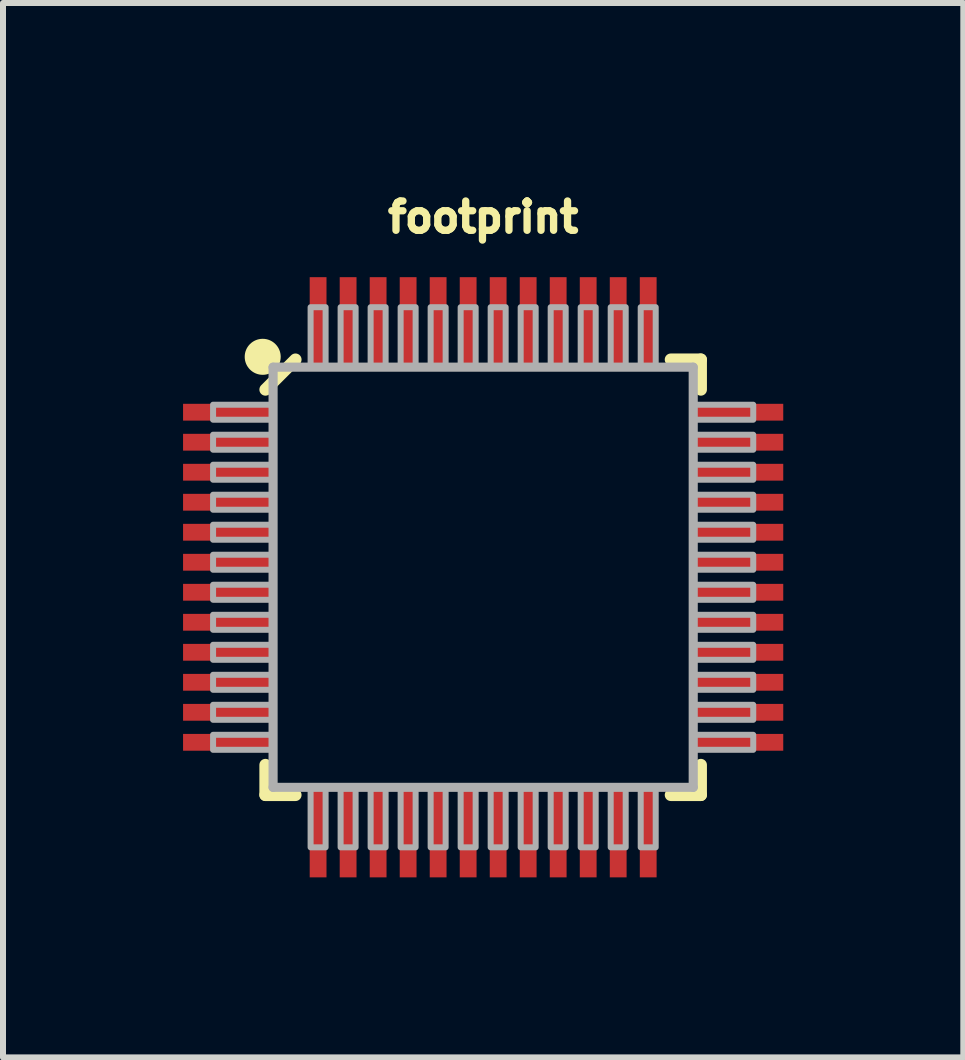
<source format=kicad_pcb>
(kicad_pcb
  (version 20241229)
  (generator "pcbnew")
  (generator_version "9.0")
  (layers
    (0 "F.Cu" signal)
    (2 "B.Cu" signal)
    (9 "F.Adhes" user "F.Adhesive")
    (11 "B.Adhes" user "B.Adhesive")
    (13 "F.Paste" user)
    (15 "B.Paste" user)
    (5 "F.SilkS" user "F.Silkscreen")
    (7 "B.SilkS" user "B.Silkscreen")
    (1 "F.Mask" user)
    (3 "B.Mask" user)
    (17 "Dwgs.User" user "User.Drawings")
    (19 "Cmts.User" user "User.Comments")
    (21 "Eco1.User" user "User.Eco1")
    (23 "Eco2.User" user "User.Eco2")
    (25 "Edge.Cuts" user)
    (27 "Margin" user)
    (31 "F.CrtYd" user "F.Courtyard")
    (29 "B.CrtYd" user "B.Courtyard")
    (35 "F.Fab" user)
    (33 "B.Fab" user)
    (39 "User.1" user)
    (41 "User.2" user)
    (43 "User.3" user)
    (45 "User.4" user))
  (footprint "footprint"
    (layer "F.Cu")
    (at 5 6.568)
    (property "Reference" "footprint" (at 0 -5.715 0) (layer "F.SilkS") (effects (font (size 0.488 0.488) (thickness 0.122)) (justify bottom)))
    (fp_line (start -3.627 -3.127) (end -3.127 -3.627) (stroke (width 0.203) (type solid)) (layer "F.SilkS"))
    (fp_line (start -3.627 3.627) (end -3.627 3.127) (stroke (width 0.203) (type solid)) (layer "F.SilkS"))
    (fp_line (start -3.127 3.627) (end -3.627 3.627) (stroke (width 0.203) (type solid)) (layer "F.SilkS"))
    (fp_line (start 3.127 -3.627) (end 3.627 -3.627) (stroke (width 0.203) (type solid)) (layer "F.SilkS"))
    (fp_line (start 3.627 -3.627) (end 3.627 -3.127) (stroke (width 0.203) (type solid)) (layer "F.SilkS"))
    (fp_line (start 3.627 3.127) (end 3.627 3.627) (stroke (width 0.203) (type solid)) (layer "F.SilkS"))
    (fp_line (start 3.627 3.627) (end 3.127 3.627) (stroke (width 0.203) (type solid)) (layer "F.SilkS"))
    (fp_circle (center -3.673 -3.673) (end -3.523 -3.673) (stroke (width 0.3) (type solid)) (fill yes) (layer "F.SilkS"))
    (fp_line (start -3.5 -3.5) (end 3.5 -3.5) (stroke (width 0.152) (type solid)) (layer "F.Fab"))
    (fp_line (start -3.5 3.5) (end -3.5 -3.5) (stroke (width 0.152) (type solid)) (layer "F.Fab"))
    (fp_line (start 3.5 -3.5) (end 3.5 3.5) (stroke (width 0.152) (type solid)) (layer "F.Fab"))
    (fp_line (start 3.5 3.5) (end -3.5 3.5) (stroke (width 0.152) (type solid)) (layer "F.Fab"))
    (fp_poly (pts (xy -4.5 -2.625) (xy -3.5 -2.625) (xy -3.5 -2.875) (xy -4.5 -2.875)) (stroke (width 0.1) (type solid)) (fill no) (layer "F.Fab"))
    (fp_poly (pts (xy -4.5 -2.125) (xy -3.5 -2.125) (xy -3.5 -2.375) (xy -4.5 -2.375)) (stroke (width 0.1) (type solid)) (fill no) (layer "F.Fab"))
    (fp_poly (pts (xy -4.5 -1.625) (xy -3.5 -1.625) (xy -3.5 -1.875) (xy -4.5 -1.875)) (stroke (width 0.1) (type solid)) (fill no) (layer "F.Fab"))
    (fp_poly (pts (xy -4.5 -1.125) (xy -3.5 -1.125) (xy -3.5 -1.375) (xy -4.5 -1.375)) (stroke (width 0.1) (type solid)) (fill no) (layer "F.Fab"))
    (fp_poly (pts (xy -4.5 -0.625) (xy -3.5 -0.625) (xy -3.5 -0.875) (xy -4.5 -0.875)) (stroke (width 0.1) (type solid)) (fill no) (layer "F.Fab"))
    (fp_poly (pts (xy -4.5 -0.125) (xy -3.5 -0.125) (xy -3.5 -0.375) (xy -4.5 -0.375)) (stroke (width 0.1) (type solid)) (fill no) (layer "F.Fab"))
    (fp_poly (pts (xy -4.5 0.375) (xy -3.5 0.375) (xy -3.5 0.125) (xy -4.5 0.125)) (stroke (width 0.1) (type solid)) (fill no) (layer "F.Fab"))
    (fp_poly (pts (xy -4.5 0.875) (xy -3.5 0.875) (xy -3.5 0.625) (xy -4.5 0.625)) (stroke (width 0.1) (type solid)) (fill no) (layer "F.Fab"))
    (fp_poly (pts (xy -4.5 1.375) (xy -3.5 1.375) (xy -3.5 1.125) (xy -4.5 1.125)) (stroke (width 0.1) (type solid)) (fill no) (layer "F.Fab"))
    (fp_poly (pts (xy -4.5 1.875) (xy -3.5 1.875) (xy -3.5 1.625) (xy -4.5 1.625)) (stroke (width 0.1) (type solid)) (fill no) (layer "F.Fab"))
    (fp_poly (pts (xy -4.5 2.375) (xy -3.5 2.375) (xy -3.5 2.125) (xy -4.5 2.125)) (stroke (width 0.1) (type solid)) (fill no) (layer "F.Fab"))
    (fp_poly (pts (xy -4.5 2.875) (xy -3.5 2.875) (xy -3.5 2.625) (xy -4.5 2.625)) (stroke (width 0.1) (type solid)) (fill no) (layer "F.Fab"))
    (fp_poly (pts (xy -2.875 -4.5) (xy -2.875 -3.5) (xy -2.625 -3.5) (xy -2.625 -4.5)) (stroke (width 0.1) (type solid)) (fill no) (layer "F.Fab"))
    (fp_poly (pts (xy -2.625 4.5) (xy -2.625 3.5) (xy -2.875 3.5) (xy -2.875 4.5)) (stroke (width 0.1) (type solid)) (fill no) (layer "F.Fab"))
    (fp_poly (pts (xy -2.375 -4.5) (xy -2.375 -3.5) (xy -2.125 -3.5) (xy -2.125 -4.5)) (stroke (width 0.1) (type solid)) (fill no) (layer "F.Fab"))
    (fp_poly (pts (xy -2.125 4.5) (xy -2.125 3.5) (xy -2.375 3.5) (xy -2.375 4.5)) (stroke (width 0.1) (type solid)) (fill no) (layer "F.Fab"))
    (fp_poly (pts (xy -1.875 -4.5) (xy -1.875 -3.5) (xy -1.625 -3.5) (xy -1.625 -4.5)) (stroke (width 0.1) (type solid)) (fill no) (layer "F.Fab"))
    (fp_poly (pts (xy -1.625 4.5) (xy -1.625 3.5) (xy -1.875 3.5) (xy -1.875 4.5)) (stroke (width 0.1) (type solid)) (fill no) (layer "F.Fab"))
    (fp_poly (pts (xy -1.375 -4.5) (xy -1.375 -3.5) (xy -1.125 -3.5) (xy -1.125 -4.5)) (stroke (width 0.1) (type solid)) (fill no) (layer "F.Fab"))
    (fp_poly (pts (xy -1.125 4.5) (xy -1.125 3.5) (xy -1.375 3.5) (xy -1.375 4.5)) (stroke (width 0.1) (type solid)) (fill no) (layer "F.Fab"))
    (fp_poly (pts (xy -0.875 -4.5) (xy -0.875 -3.5) (xy -0.625 -3.5) (xy -0.625 -4.5)) (stroke (width 0.1) (type solid)) (fill no) (layer "F.Fab"))
    (fp_poly (pts (xy -0.625 4.5) (xy -0.625 3.5) (xy -0.875 3.5) (xy -0.875 4.5)) (stroke (width 0.1) (type solid)) (fill no) (layer "F.Fab"))
    (fp_poly (pts (xy -0.375 -4.5) (xy -0.375 -3.5) (xy -0.125 -3.5) (xy -0.125 -4.5)) (stroke (width 0.1) (type solid)) (fill no) (layer "F.Fab"))
    (fp_poly (pts (xy -0.125 4.5) (xy -0.125 3.5) (xy -0.375 3.5) (xy -0.375 4.5)) (stroke (width 0.1) (type solid)) (fill no) (layer "F.Fab"))
    (fp_poly (pts (xy 0.125 -4.5) (xy 0.125 -3.5) (xy 0.375 -3.5) (xy 0.375 -4.5)) (stroke (width 0.1) (type solid)) (fill no) (layer "F.Fab"))
    (fp_poly (pts (xy 0.375 4.5) (xy 0.375 3.5) (xy 0.125 3.5) (xy 0.125 4.5)) (stroke (width 0.1) (type solid)) (fill no) (layer "F.Fab"))
    (fp_poly (pts (xy 0.625 -4.5) (xy 0.625 -3.5) (xy 0.875 -3.5) (xy 0.875 -4.5)) (stroke (width 0.1) (type solid)) (fill no) (layer "F.Fab"))
    (fp_poly (pts (xy 0.875 4.5) (xy 0.875 3.5) (xy 0.625 3.5) (xy 0.625 4.5)) (stroke (width 0.1) (type solid)) (fill no) (layer "F.Fab"))
    (fp_poly (pts (xy 1.125 -4.5) (xy 1.125 -3.5) (xy 1.375 -3.5) (xy 1.375 -4.5)) (stroke (width 0.1) (type solid)) (fill no) (layer "F.Fab"))
    (fp_poly (pts (xy 1.375 4.5) (xy 1.375 3.5) (xy 1.125 3.5) (xy 1.125 4.5)) (stroke (width 0.1) (type solid)) (fill no) (layer "F.Fab"))
    (fp_poly (pts (xy 1.625 -4.5) (xy 1.625 -3.5) (xy 1.875 -3.5) (xy 1.875 -4.5)) (stroke (width 0.1) (type solid)) (fill no) (layer "F.Fab"))
    (fp_poly (pts (xy 1.875 4.5) (xy 1.875 3.5) (xy 1.625 3.5) (xy 1.625 4.5)) (stroke (width 0.1) (type solid)) (fill no) (layer "F.Fab"))
    (fp_poly (pts (xy 2.125 -4.5) (xy 2.125 -3.5) (xy 2.375 -3.5) (xy 2.375 -4.5)) (stroke (width 0.1) (type solid)) (fill no) (layer "F.Fab"))
    (fp_poly (pts (xy 2.375 4.5) (xy 2.375 3.5) (xy 2.125 3.5) (xy 2.125 4.5)) (stroke (width 0.1) (type solid)) (fill no) (layer "F.Fab"))
    (fp_poly (pts (xy 2.625 -4.5) (xy 2.625 -3.5) (xy 2.875 -3.5) (xy 2.875 -4.5)) (stroke (width 0.1) (type solid)) (fill no) (layer "F.Fab"))
    (fp_poly (pts (xy 2.875 4.5) (xy 2.875 3.5) (xy 2.625 3.5) (xy 2.625 4.5)) (stroke (width 0.1) (type solid)) (fill no) (layer "F.Fab"))
    (fp_poly (pts (xy 4.5 -2.875) (xy 3.5 -2.875) (xy 3.5 -2.625) (xy 4.5 -2.625)) (stroke (width 0.1) (type solid)) (fill no) (layer "F.Fab"))
    (fp_poly (pts (xy 4.5 -2.375) (xy 3.5 -2.375) (xy 3.5 -2.125) (xy 4.5 -2.125)) (stroke (width 0.1) (type solid)) (fill no) (layer "F.Fab"))
    (fp_poly (pts (xy 4.5 -1.875) (xy 3.5 -1.875) (xy 3.5 -1.625) (xy 4.5 -1.625)) (stroke (width 0.1) (type solid)) (fill no) (layer "F.Fab"))
    (fp_poly (pts (xy 4.5 -1.375) (xy 3.5 -1.375) (xy 3.5 -1.125) (xy 4.5 -1.125)) (stroke (width 0.1) (type solid)) (fill no) (layer "F.Fab"))
    (fp_poly (pts (xy 4.5 -0.875) (xy 3.5 -0.875) (xy 3.5 -0.625) (xy 4.5 -0.625)) (stroke (width 0.1) (type solid)) (fill no) (layer "F.Fab"))
    (fp_poly (pts (xy 4.5 -0.375) (xy 3.5 -0.375) (xy 3.5 -0.125) (xy 4.5 -0.125)) (stroke (width 0.1) (type solid)) (fill no) (layer "F.Fab"))
    (fp_poly (pts (xy 4.5 0.125) (xy 3.5 0.125) (xy 3.5 0.375) (xy 4.5 0.375)) (stroke (width 0.1) (type solid)) (fill no) (layer "F.Fab"))
    (fp_poly (pts (xy 4.5 0.625) (xy 3.5 0.625) (xy 3.5 0.875) (xy 4.5 0.875)) (stroke (width 0.1) (type solid)) (fill no) (layer "F.Fab"))
    (fp_poly (pts (xy 4.5 1.125) (xy 3.5 1.125) (xy 3.5 1.375) (xy 4.5 1.375)) (stroke (width 0.1) (type solid)) (fill no) (layer "F.Fab"))
    (fp_poly (pts (xy 4.5 1.625) (xy 3.5 1.625) (xy 3.5 1.875) (xy 4.5 1.875)) (stroke (width 0.1) (type solid)) (fill no) (layer "F.Fab"))
    (fp_poly (pts (xy 4.5 2.125) (xy 3.5 2.125) (xy 3.5 2.375) (xy 4.5 2.375)) (stroke (width 0.1) (type solid)) (fill no) (layer "F.Fab"))
    (fp_poly (pts (xy 4.5 2.625) (xy 3.5 2.625) (xy 3.5 2.875) (xy 4.5 2.875)) (stroke (width 0.1) (type solid)) (fill no) (layer "F.Fab"))
    (pad "1" smd rect (at -4.25 -2.75 180) (size 1.5 0.28) (layers "F.Cu" "F.Mask" "F.Paste"))
    (pad "2" smd rect (at -4.25 -2.25 180) (size 1.5 0.28) (layers "F.Cu" "F.Mask" "F.Paste"))
    (pad "3" smd rect (at -4.25 -1.75 180) (size 1.5 0.28) (layers "F.Cu" "F.Mask" "F.Paste"))
    (pad "4" smd rect (at -4.25 -1.25 180) (size 1.5 0.28) (layers "F.Cu" "F.Mask" "F.Paste"))
    (pad "5" smd rect (at -4.25 -0.75 180) (size 1.5 0.28) (layers "F.Cu" "F.Mask" "F.Paste"))
    (pad "6" smd rect (at -4.25 -0.25 180) (size 1.5 0.28) (layers "F.Cu" "F.Mask" "F.Paste"))
    (pad "7" smd rect (at -4.25 0.25 180) (size 1.5 0.28) (layers "F.Cu" "F.Mask" "F.Paste"))
    (pad "8" smd rect (at -4.25 0.75 180) (size 1.5 0.28) (layers "F.Cu" "F.Mask" "F.Paste"))
    (pad "9" smd rect (at -4.25 1.25 180) (size 1.5 0.28) (layers "F.Cu" "F.Mask" "F.Paste"))
    (pad "10" smd rect (at -4.25 1.75 180) (size 1.5 0.28) (layers "F.Cu" "F.Mask" "F.Paste"))
    (pad "11" smd rect (at -4.25 2.25 180) (size 1.5 0.28) (layers "F.Cu" "F.Mask" "F.Paste"))
    (pad "12" smd rect (at -4.25 2.75 180) (size 1.5 0.28) (layers "F.Cu" "F.Mask" "F.Paste"))
    (pad "13" smd rect (at -2.75 4.25 270) (size 1.5 0.28) (layers "F.Cu" "F.Mask" "F.Paste"))
    (pad "14" smd rect (at -2.25 4.25 270) (size 1.5 0.28) (layers "F.Cu" "F.Mask" "F.Paste"))
    (pad "15" smd rect (at -1.75 4.25 270) (size 1.5 0.28) (layers "F.Cu" "F.Mask" "F.Paste"))
    (pad "16" smd rect (at -1.25 4.25 270) (size 1.5 0.28) (layers "F.Cu" "F.Mask" "F.Paste"))
    (pad "17" smd rect (at -0.75 4.25 270) (size 1.5 0.28) (layers "F.Cu" "F.Mask" "F.Paste"))
    (pad "18" smd rect (at -0.25 4.25 270) (size 1.5 0.28) (layers "F.Cu" "F.Mask" "F.Paste"))
    (pad "19" smd rect (at 0.25 4.25 270) (size 1.5 0.28) (layers "F.Cu" "F.Mask" "F.Paste"))
    (pad "20" smd rect (at 0.75 4.25 270) (size 1.5 0.28) (layers "F.Cu" "F.Mask" "F.Paste"))
    (pad "21" smd rect (at 1.25 4.25 270) (size 1.5 0.28) (layers "F.Cu" "F.Mask" "F.Paste"))
    (pad "22" smd rect (at 1.75 4.25 270) (size 1.5 0.28) (layers "F.Cu" "F.Mask" "F.Paste"))
    (pad "23" smd rect (at 2.25 4.25 270) (size 1.5 0.28) (layers "F.Cu" "F.Mask" "F.Paste"))
    (pad "24" smd rect (at 2.75 4.25 270) (size 1.5 0.28) (layers "F.Cu" "F.Mask" "F.Paste"))
    (pad "25" smd rect (at 4.25 2.75) (size 1.5 0.28) (layers "F.Cu" "F.Mask" "F.Paste"))
    (pad "26" smd rect (at 4.25 2.25) (size 1.5 0.28) (layers "F.Cu" "F.Mask" "F.Paste"))
    (pad "27" smd rect (at 4.25 1.75) (size 1.5 0.28) (layers "F.Cu" "F.Mask" "F.Paste"))
    (pad "28" smd rect (at 4.25 1.25) (size 1.5 0.28) (layers "F.Cu" "F.Mask" "F.Paste"))
    (pad "29" smd rect (at 4.25 0.75) (size 1.5 0.28) (layers "F.Cu" "F.Mask" "F.Paste"))
    (pad "30" smd rect (at 4.25 0.25) (size 1.5 0.28) (layers "F.Cu" "F.Mask" "F.Paste"))
    (pad "31" smd rect (at 4.25 -0.25) (size 1.5 0.28) (layers "F.Cu" "F.Mask" "F.Paste"))
    (pad "32" smd rect (at 4.25 -0.75) (size 1.5 0.28) (layers "F.Cu" "F.Mask" "F.Paste"))
    (pad "33" smd rect (at 4.25 -1.25) (size 1.5 0.28) (layers "F.Cu" "F.Mask" "F.Paste"))
    (pad "34" smd rect (at 4.25 -1.75) (size 1.5 0.28) (layers "F.Cu" "F.Mask" "F.Paste"))
    (pad "35" smd rect (at 4.25 -2.25) (size 1.5 0.28) (layers "F.Cu" "F.Mask" "F.Paste"))
    (pad "36" smd rect (at 4.25 -2.75) (size 1.5 0.28) (layers "F.Cu" "F.Mask" "F.Paste"))
    (pad "37" smd rect (at 2.75 -4.25 90) (size 1.5 0.28) (layers "F.Cu" "F.Mask" "F.Paste"))
    (pad "38" smd rect (at 2.25 -4.25 90) (size 1.5 0.28) (layers "F.Cu" "F.Mask" "F.Paste"))
    (pad "39" smd rect (at 1.75 -4.25 90) (size 1.5 0.28) (layers "F.Cu" "F.Mask" "F.Paste"))
    (pad "40" smd rect (at 1.25 -4.25 90) (size 1.5 0.28) (layers "F.Cu" "F.Mask" "F.Paste"))
    (pad "41" smd rect (at 0.75 -4.25 90) (size 1.5 0.28) (layers "F.Cu" "F.Mask" "F.Paste"))
    (pad "42" smd rect (at 0.25 -4.25 90) (size 1.5 0.28) (layers "F.Cu" "F.Mask" "F.Paste"))
    (pad "43" smd rect (at -0.25 -4.25 90) (size 1.5 0.28) (layers "F.Cu" "F.Mask" "F.Paste"))
    (pad "44" smd rect (at -0.75 -4.25 90) (size 1.5 0.28) (layers "F.Cu" "F.Mask" "F.Paste"))
    (pad "45" smd rect (at -1.25 -4.25 90) (size 1.5 0.28) (layers "F.Cu" "F.Mask" "F.Paste"))
    (pad "46" smd rect (at -1.75 -4.25 90) (size 1.5 0.28) (layers "F.Cu" "F.Mask" "F.Paste"))
    (pad "47" smd rect (at -2.25 -4.25 90) (size 1.5 0.28) (layers "F.Cu" "F.Mask" "F.Paste"))
    (pad "48" smd rect (at -2.75 -4.25 90) (size 1.5 0.28) (layers "F.Cu" "F.Mask" "F.Paste")))
  (gr_rect
    (start -3 -3)
    (end 13 14.568)
    (stroke (width 0.1) (type default))
    (fill no)
    (layer "Edge.Cuts")))
</source>
